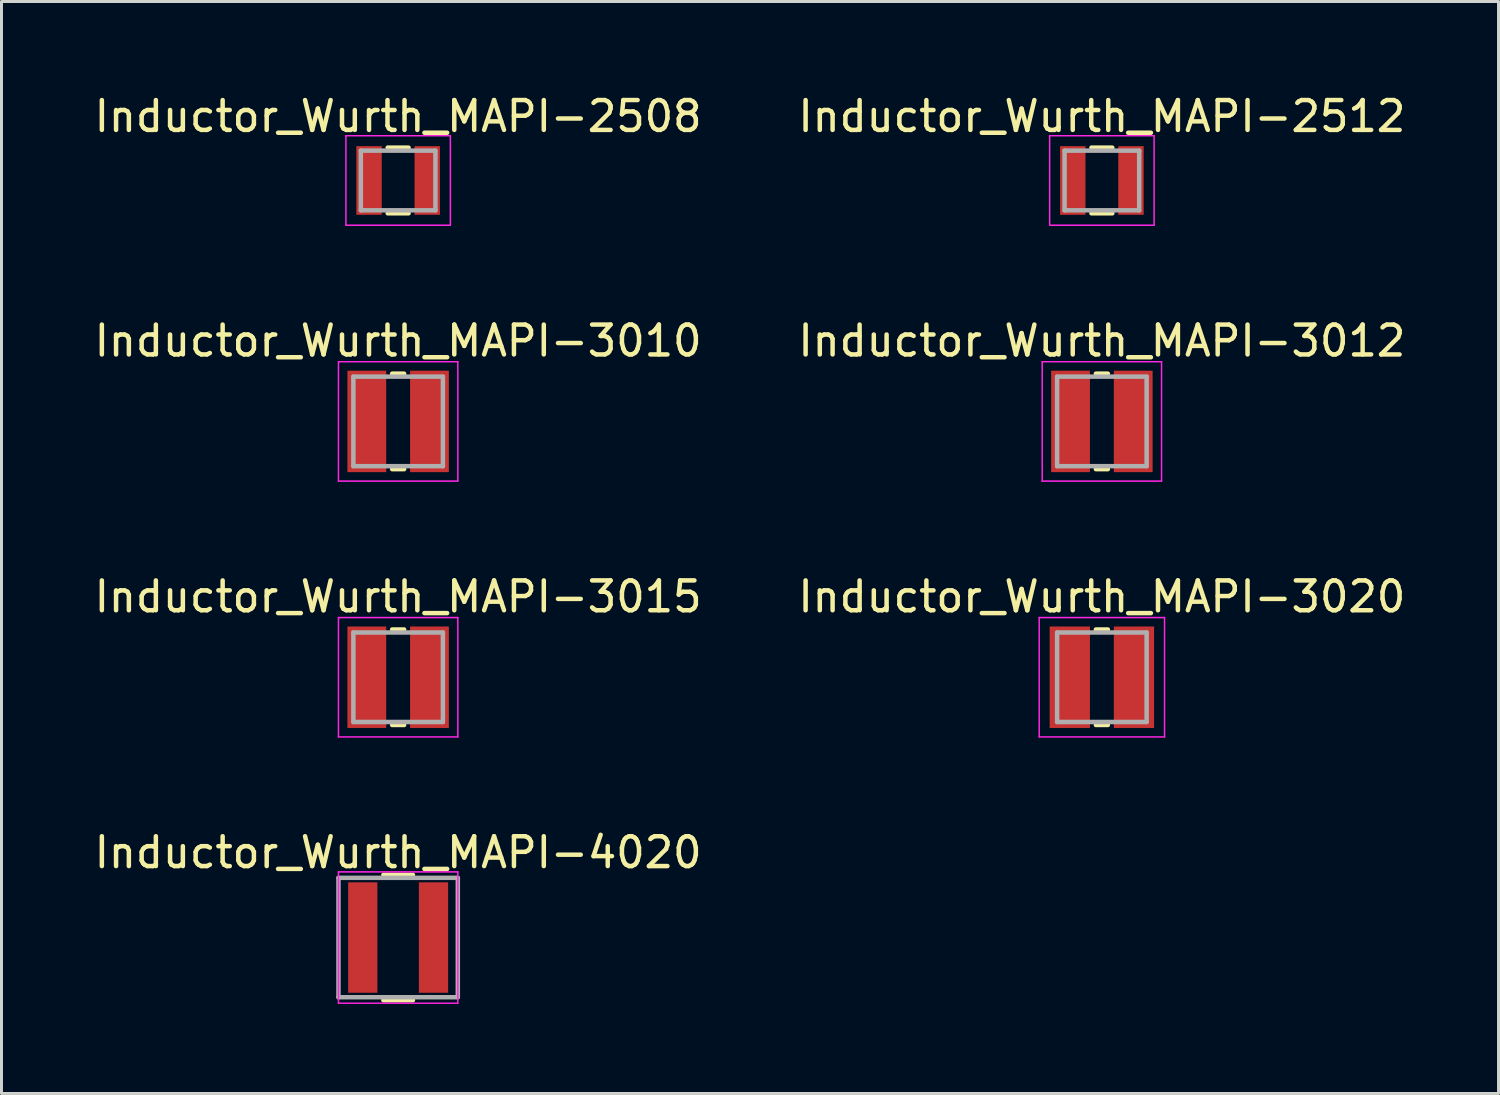
<source format=kicad_pcb>
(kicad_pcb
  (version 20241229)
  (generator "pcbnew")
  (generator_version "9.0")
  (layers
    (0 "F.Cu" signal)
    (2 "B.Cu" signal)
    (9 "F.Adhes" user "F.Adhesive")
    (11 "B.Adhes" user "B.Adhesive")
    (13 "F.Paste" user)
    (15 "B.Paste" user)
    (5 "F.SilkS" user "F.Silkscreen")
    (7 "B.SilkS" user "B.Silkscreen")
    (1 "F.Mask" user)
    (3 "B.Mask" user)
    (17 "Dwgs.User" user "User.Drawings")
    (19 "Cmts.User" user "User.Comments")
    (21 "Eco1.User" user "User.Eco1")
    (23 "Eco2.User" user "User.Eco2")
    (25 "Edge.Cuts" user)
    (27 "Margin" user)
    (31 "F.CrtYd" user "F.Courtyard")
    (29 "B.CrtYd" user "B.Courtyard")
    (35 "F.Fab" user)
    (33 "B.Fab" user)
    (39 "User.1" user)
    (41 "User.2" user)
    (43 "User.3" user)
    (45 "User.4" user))
  (footprint "Inductor_Wurth_MAPI-4020"
    (layer "F.Cu")
    (at 10.292 28.368)
    (property "Reference" "Inductor_Wurth_MAPI-4020" (at 0 -2.85 0) (layer "F.SilkS") (effects (font (size 1 1) (thickness 0.15))))
    (attr smd)
    (fp_line (start -0.495 -2.1) (end 0.495 -2.1) (stroke (width 0.15) (type solid)) (layer "F.SilkS"))
    (fp_line (start -0.495 2.1) (end 0.495 2.1) (stroke (width 0.15) (type solid)) (layer "F.SilkS"))
    (fp_line (start -2 -2.2) (end -2 2.2) (stroke (width 0.05) (type solid)) (layer "F.CrtYd"))
    (fp_line (start -2 2.2) (end 2 2.2) (stroke (width 0.05) (type solid)) (layer "F.CrtYd"))
    (fp_line (start 2 -2.2) (end -2 -2.2) (stroke (width 0.05) (type solid)) (layer "F.CrtYd"))
    (fp_line (start 2 2.2) (end 2 -2.2) (stroke (width 0.05) (type solid)) (layer "F.CrtYd"))
    (fp_line (start -2 -2) (end -2 2) (stroke (width 0.15) (type solid)) (layer "F.Fab"))
    (fp_line (start -2 2) (end 2 2) (stroke (width 0.15) (type solid)) (layer "F.Fab"))
    (fp_line (start 2 -2) (end -2 -2) (stroke (width 0.15) (type solid)) (layer "F.Fab"))
    (fp_line (start 2 2) (end 2 -2) (stroke (width 0.15) (type solid)) (layer "F.Fab"))
    (pad "1" smd rect (at -1.185 0) (size 0.98 3.7) (layers "F.Cu" "F.Mask" "F.Paste"))
    (pad "2" smd rect (at 1.185 0) (size 0.98 3.7) (layers "F.Cu" "F.Mask" "F.Paste")))
  (footprint "Inductor_Wurth_MAPI-3015"
    (layer "F.Cu")
    (at 10.292 19.645)
    (property "Reference" "Inductor_Wurth_MAPI-3015" (at 0 -2.7 0) (layer "F.SilkS") (effects (font (size 1 1) (thickness 0.15))))
    (attr smd)
    (fp_line (start -0.2 -1.6) (end 0.2 -1.6) (stroke (width 0.15) (type solid)) (layer "F.SilkS"))
    (fp_line (start -0.2 1.6) (end 0.2 1.6) (stroke (width 0.15) (type solid)) (layer "F.SilkS"))
    (fp_line (start -2 -2) (end -2 2) (stroke (width 0.05) (type solid)) (layer "F.CrtYd"))
    (fp_line (start -2 2) (end 2 2) (stroke (width 0.05) (type solid)) (layer "F.CrtYd"))
    (fp_line (start 2 -2) (end -2 -2) (stroke (width 0.05) (type solid)) (layer "F.CrtYd"))
    (fp_line (start 2 2) (end 2 -2) (stroke (width 0.05) (type solid)) (layer "F.CrtYd"))
    (fp_line (start -1.5 -1.5) (end -1.5 1.5) (stroke (width 0.15) (type solid)) (layer "F.Fab"))
    (fp_line (start -1.5 1.5) (end 1.5 1.5) (stroke (width 0.15) (type solid)) (layer "F.Fab"))
    (fp_line (start 1.5 -1.5) (end -1.5 -1.5) (stroke (width 0.15) (type solid)) (layer "F.Fab"))
    (fp_line (start 1.5 1.5) (end 1.5 -1.5) (stroke (width 0.15) (type solid)) (layer "F.Fab"))
    (pad "1" smd rect (at -1.05 0) (size 1.3 3.4) (layers "F.Cu" "F.Mask" "F.Paste"))
    (pad "2" smd rect (at 1.05 0) (size 1.3 3.4) (layers "F.Cu" "F.Mask" "F.Paste")))
  (footprint "Inductor_Wurth_MAPI-3012"
    (layer "F.Cu")
    (at 33.875 11.072)
    (property "Reference" "Inductor_Wurth_MAPI-3012" (at 0 -2.7 0) (layer "F.SilkS") (effects (font (size 1 1) (thickness 0.15))))
    (attr smd)
    (fp_line (start -0.2 -1.6) (end 0.2 -1.6) (stroke (width 0.15) (type solid)) (layer "F.SilkS"))
    (fp_line (start -0.2 1.6) (end 0.2 1.6) (stroke (width 0.15) (type solid)) (layer "F.SilkS"))
    (fp_line (start -2 -2) (end -2 2) (stroke (width 0.05) (type solid)) (layer "F.CrtYd"))
    (fp_line (start -2 2) (end 2 2) (stroke (width 0.05) (type solid)) (layer "F.CrtYd"))
    (fp_line (start 2 -2) (end -2 -2) (stroke (width 0.05) (type solid)) (layer "F.CrtYd"))
    (fp_line (start 2 2) (end 2 -2) (stroke (width 0.05) (type solid)) (layer "F.CrtYd"))
    (fp_line (start -1.5 -1.5) (end -1.5 1.5) (stroke (width 0.15) (type solid)) (layer "F.Fab"))
    (fp_line (start -1.5 1.5) (end 1.5 1.5) (stroke (width 0.15) (type solid)) (layer "F.Fab"))
    (fp_line (start 1.5 -1.5) (end -1.5 -1.5) (stroke (width 0.15) (type solid)) (layer "F.Fab"))
    (fp_line (start 1.5 1.5) (end 1.5 -1.5) (stroke (width 0.15) (type solid)) (layer "F.Fab"))
    (pad "1" smd rect (at -1.05 0) (size 1.3 3.4) (layers "F.Cu" "F.Mask" "F.Paste"))
    (pad "2" smd rect (at 1.05 0) (size 1.3 3.4) (layers "F.Cu" "F.Mask" "F.Paste")))
  (footprint "Inductor_Wurth_MAPI-3010"
    (layer "F.Cu")
    (at 10.292 11.072)
    (property "Reference" "Inductor_Wurth_MAPI-3010" (at 0 -2.7 0) (layer "F.SilkS") (effects (font (size 1 1) (thickness 0.15))))
    (attr smd)
    (fp_line (start -0.2 -1.6) (end 0.2 -1.6) (stroke (width 0.15) (type solid)) (layer "F.SilkS"))
    (fp_line (start -0.2 1.6) (end 0.2 1.6) (stroke (width 0.15) (type solid)) (layer "F.SilkS"))
    (fp_line (start -2 -2) (end -2 2) (stroke (width 0.05) (type solid)) (layer "F.CrtYd"))
    (fp_line (start -2 2) (end 2 2) (stroke (width 0.05) (type solid)) (layer "F.CrtYd"))
    (fp_line (start 2 -2) (end -2 -2) (stroke (width 0.05) (type solid)) (layer "F.CrtYd"))
    (fp_line (start 2 2) (end 2 -2) (stroke (width 0.05) (type solid)) (layer "F.CrtYd"))
    (fp_line (start -1.5 -1.5) (end -1.5 1.5) (stroke (width 0.15) (type solid)) (layer "F.Fab"))
    (fp_line (start -1.5 1.5) (end 1.5 1.5) (stroke (width 0.15) (type solid)) (layer "F.Fab"))
    (fp_line (start 1.5 -1.5) (end -1.5 -1.5) (stroke (width 0.15) (type solid)) (layer "F.Fab"))
    (fp_line (start 1.5 1.5) (end 1.5 -1.5) (stroke (width 0.15) (type solid)) (layer "F.Fab"))
    (pad "1" smd rect (at -1.05 0) (size 1.3 3.4) (layers "F.Cu" "F.Mask" "F.Paste"))
    (pad "2" smd rect (at 1.05 0) (size 1.3 3.4) (layers "F.Cu" "F.Mask" "F.Paste")))
  (footprint "Inductor_Wurth_MAPI-2508"
    (layer "F.Cu")
    (at 10.292 2.998)
    (property "Reference" "Inductor_Wurth_MAPI-2508" (at 0 -2.15 0) (layer "F.SilkS") (effects (font (size 1 1) (thickness 0.15))))
    (attr smd)
    (fp_line (start -0.35 -1.1) (end 0.35 -1.1) (stroke (width 0.15) (type solid)) (layer "F.SilkS"))
    (fp_line (start -0.35 1.1) (end 0.35 1.1) (stroke (width 0.15) (type solid)) (layer "F.SilkS"))
    (fp_line (start -1.75 -1.5) (end -1.75 1.5) (stroke (width 0.05) (type solid)) (layer "F.CrtYd"))
    (fp_line (start -1.75 1.5) (end 1.75 1.5) (stroke (width 0.05) (type solid)) (layer "F.CrtYd"))
    (fp_line (start 1.75 -1.5) (end -1.75 -1.5) (stroke (width 0.05) (type solid)) (layer "F.CrtYd"))
    (fp_line (start 1.75 1.5) (end 1.75 -1.5) (stroke (width 0.05) (type solid)) (layer "F.CrtYd"))
    (fp_line (start -1.25 -1) (end -1.25 1) (stroke (width 0.15) (type solid)) (layer "F.Fab"))
    (fp_line (start -1.25 1) (end 1.25 1) (stroke (width 0.15) (type solid)) (layer "F.Fab"))
    (fp_line (start 1.25 -1) (end -1.25 -1) (stroke (width 0.15) (type solid)) (layer "F.Fab"))
    (fp_line (start 1.25 1) (end 1.25 -1) (stroke (width 0.15) (type solid)) (layer "F.Fab"))
    (pad "1" smd rect (at -0.975 0) (size 0.85 2.3) (layers "F.Cu" "F.Mask" "F.Paste"))
    (pad "2" smd rect (at 0.975 0) (size 0.85 2.3) (layers "F.Cu" "F.Mask" "F.Paste")))
  (footprint "Inductor_Wurth_MAPI-2512"
    (layer "F.Cu")
    (at 33.875 2.998)
    (property "Reference" "Inductor_Wurth_MAPI-2512" (at 0 -2.15 0) (layer "F.SilkS") (effects (font (size 1 1) (thickness 0.15))))
    (attr smd)
    (fp_line (start -0.35 -1.1) (end 0.35 -1.1) (stroke (width 0.15) (type solid)) (layer "F.SilkS"))
    (fp_line (start -0.35 1.1) (end 0.35 1.1) (stroke (width 0.15) (type solid)) (layer "F.SilkS"))
    (fp_line (start -1.75 -1.5) (end -1.75 1.5) (stroke (width 0.05) (type solid)) (layer "F.CrtYd"))
    (fp_line (start -1.75 1.5) (end 1.75 1.5) (stroke (width 0.05) (type solid)) (layer "F.CrtYd"))
    (fp_line (start 1.75 -1.5) (end -1.75 -1.5) (stroke (width 0.05) (type solid)) (layer "F.CrtYd"))
    (fp_line (start 1.75 1.5) (end 1.75 -1.5) (stroke (width 0.05) (type solid)) (layer "F.CrtYd"))
    (fp_line (start -1.25 -1) (end -1.25 1) (stroke (width 0.15) (type solid)) (layer "F.Fab"))
    (fp_line (start -1.25 1) (end 1.25 1) (stroke (width 0.15) (type solid)) (layer "F.Fab"))
    (fp_line (start 1.25 -1) (end -1.25 -1) (stroke (width 0.15) (type solid)) (layer "F.Fab"))
    (fp_line (start 1.25 1) (end 1.25 -1) (stroke (width 0.15) (type solid)) (layer "F.Fab"))
    (pad "1" smd rect (at -0.975 0) (size 0.85 2.3) (layers "F.Cu" "F.Mask" "F.Paste"))
    (pad "2" smd rect (at 0.975 0) (size 0.85 2.3) (layers "F.Cu" "F.Mask" "F.Paste")))
  (footprint "Inductor_Wurth_MAPI-3020"
    (layer "F.Cu")
    (at 33.875 19.645)
    (property "Reference" "Inductor_Wurth_MAPI-3020" (at 0 -2.7 0) (layer "F.SilkS") (effects (font (size 1 1) (thickness 0.15))))
    (attr smd)
    (fp_line (start -0.2 -1.6) (end 0.2 -1.6) (stroke (width 0.15) (type solid)) (layer "F.SilkS"))
    (fp_line (start -0.2 1.6) (end 0.2 1.6) (stroke (width 0.15) (type solid)) (layer "F.SilkS"))
    (fp_line (start -2.1 -2) (end -2.1 2) (stroke (width 0.05) (type solid)) (layer "F.CrtYd"))
    (fp_line (start -2.1 2) (end 2.1 2) (stroke (width 0.05) (type solid)) (layer "F.CrtYd"))
    (fp_line (start 2.1 -2) (end -2.1 -2) (stroke (width 0.05) (type solid)) (layer "F.CrtYd"))
    (fp_line (start 2.1 2) (end 2.1 -2) (stroke (width 0.05) (type solid)) (layer "F.CrtYd"))
    (fp_line (start -1.5 -1.5) (end -1.5 1.5) (stroke (width 0.15) (type solid)) (layer "F.Fab"))
    (fp_line (start -1.5 1.5) (end 1.5 1.5) (stroke (width 0.15) (type solid)) (layer "F.Fab"))
    (fp_line (start 1.5 -1.5) (end -1.5 -1.5) (stroke (width 0.15) (type solid)) (layer "F.Fab"))
    (fp_line (start 1.5 1.5) (end 1.5 -1.5) (stroke (width 0.15) (type solid)) (layer "F.Fab"))
    (pad "1" smd rect (at -1.075 0) (size 1.35 3.4) (layers "F.Cu" "F.Mask" "F.Paste"))
    (pad "2" smd rect (at 1.075 0) (size 1.35 3.4) (layers "F.Cu" "F.Mask" "F.Paste")))
  (gr_rect
    (start -3 -3)
    (end 47.167 33.593)
    (stroke (width 0.1) (type default))
    (fill no)
    (layer "Edge.Cuts")))
</source>
